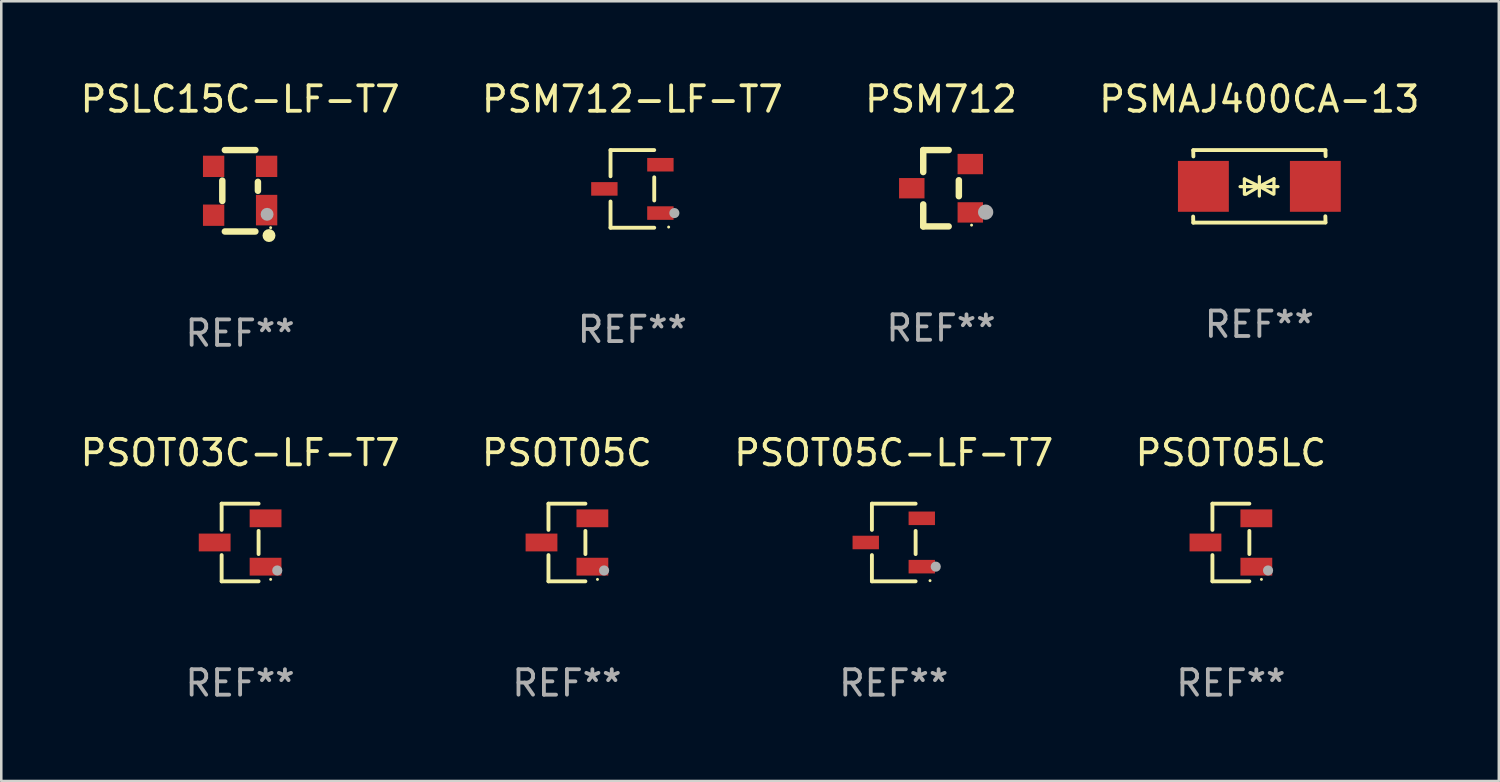
<source format=kicad_pcb>
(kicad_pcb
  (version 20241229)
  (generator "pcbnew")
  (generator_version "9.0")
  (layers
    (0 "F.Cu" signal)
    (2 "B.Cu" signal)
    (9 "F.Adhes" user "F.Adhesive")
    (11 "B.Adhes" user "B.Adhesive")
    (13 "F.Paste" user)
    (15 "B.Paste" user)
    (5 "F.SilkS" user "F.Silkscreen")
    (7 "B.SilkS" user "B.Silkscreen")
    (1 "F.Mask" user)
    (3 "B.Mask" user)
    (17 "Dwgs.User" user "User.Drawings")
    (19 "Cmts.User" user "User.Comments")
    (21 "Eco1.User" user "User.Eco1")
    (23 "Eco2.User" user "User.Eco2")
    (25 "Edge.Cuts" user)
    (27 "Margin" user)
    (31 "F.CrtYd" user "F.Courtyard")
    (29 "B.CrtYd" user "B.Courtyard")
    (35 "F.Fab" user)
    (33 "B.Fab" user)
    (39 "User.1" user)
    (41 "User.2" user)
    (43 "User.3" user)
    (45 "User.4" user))
  (footprint "PSMAJ400CA-13"
    (layer "F.Cu")
    (at 46.446 4.274)
    (property "Reference" "PSMAJ400CA-13" (at 0 -3.426 0) (layer "F.SilkS") (effects (font (size 1 1) (thickness 0.15))))
    (attr through_hole)
    (fp_line (start -2.596 -1.426) (end 2.596 -1.426) (stroke (width 0.152) (type solid)) (layer "F.SilkS"))
    (fp_line (start -2.596 1.426) (end -2.603 1.187) (stroke (width 0.152) (type solid)) (layer "F.SilkS"))
    (fp_line (start -2.596 1.426) (end 2.596 1.426) (stroke (width 0.152) (type solid)) (layer "F.SilkS"))
    (fp_line (start -2.593 -1.176) (end -2.6 -1.415) (stroke (width 0.152) (type solid)) (layer "F.SilkS"))
    (fp_line (start -0.758 0.011) (end 0.732 0.011) (stroke (width 0.127) (type solid)) (layer "F.SilkS"))
    (fp_line (start -0.588 -0.289) (end -0.588 0.311) (stroke (width 0.127) (type solid)) (layer "F.SilkS"))
    (fp_line (start -0.588 -0.289) (end 0 0) (stroke (width 0.127) (type solid)) (layer "F.SilkS"))
    (fp_line (start -0.528 0.311) (end 0 0) (stroke (width 0.127) (type solid)) (layer "F.SilkS"))
    (fp_line (start 0 0) (end 0 -0.381) (stroke (width 0.127) (type solid)) (layer "F.SilkS"))
    (fp_line (start 0 0) (end 0 0.381) (stroke (width 0.127) (type solid)) (layer "F.SilkS"))
    (fp_line (start 0.542 0.301) (end 0 0) (stroke (width 0.127) (type solid)) (layer "F.SilkS"))
    (fp_line (start 0.572 -0.299) (end 0 0) (stroke (width 0.127) (type solid)) (layer "F.SilkS"))
    (fp_line (start 0.572 -0.299) (end 0.572 0.301) (stroke (width 0.127) (type solid)) (layer "F.SilkS"))
    (fp_line (start 2.593 1.176) (end 2.6 1.415) (stroke (width 0.152) (type solid)) (layer "F.SilkS"))
    (fp_line (start 2.596 -1.426) (end 2.603 -1.187) (stroke (width 0.152) (type solid)) (layer "F.SilkS"))
    (fp_circle (center -2.605 1.3) (end -2.575 1.3) (stroke (width 0.06) (type solid)) (fill no) (layer "F.SilkS"))
    (fp_text user "REF**" (at 0 5.426 0) (layer "F.Fab") (effects (font (size 1 1) (thickness 0.15))))
    (pad "1" smd rect (at -2.2 0 180) (size 2 2) (layers "F.Cu" "F.Mask" "F.Paste"))
    (pad "2" smd rect (at 2.2 0 180) (size 2 2) (layers "F.Cu" "F.Mask" "F.Paste")))
  (footprint "PSM712-LF-T7"
    (layer "F.Cu")
    (at 21.804 4.374)
    (property "Reference" "PSM712-LF-T7" (at 0 -3.526 0) (layer "F.SilkS") (effects (font (size 1 1) (thickness 0.15))))
    (attr through_hole)
    (fp_line (start -0.859 -1.526) (end -0.859 -0.495) (stroke (width 0.152) (type solid)) (layer "F.SilkS"))
    (fp_line (start -0.859 1.526) (end -0.859 0.495) (stroke (width 0.152) (type solid)) (layer "F.SilkS"))
    (fp_line (start 0.859 -1.526) (end -0.859 -1.526) (stroke (width 0.152) (type solid)) (layer "F.SilkS"))
    (fp_line (start 0.859 -0.455) (end 0.859 0.455) (stroke (width 0.152) (type solid)) (layer "F.SilkS"))
    (fp_line (start 0.859 1.526) (end -0.859 1.526) (stroke (width 0.152) (type solid)) (layer "F.SilkS"))
    (fp_circle (center 1.425 1.5) (end 1.455 1.5) (stroke (width 0.06) (type solid)) (fill no) (layer "F.SilkS"))
    (fp_circle (center 1.65 0.95) (end 1.75 0.95) (stroke (width 0.2) (type solid)) (fill no) (layer "F.Fab"))
    (fp_text user "REF**" (at 0 5.526 0) (layer "F.Fab") (effects (font (size 1 1) (thickness 0.15))))
    (pad "1" smd rect (at 1.101 0.95) (size 1.037 0.532) (layers "F.Cu" "F.Mask" "F.Paste"))
    (pad "2" smd rect (at 1.101 -0.95) (size 1.037 0.532) (layers "F.Cu" "F.Mask" "F.Paste"))
    (pad "3" smd rect (at -1.101 0) (size 1.037 0.532) (layers "F.Cu" "F.Mask" "F.Paste")))
  (footprint "PSOT05C"
    (layer "F.Cu")
    (at 19.232 18.271)
    (property "Reference" "PSOT05C" (at 0 -3.526 0) (layer "F.SilkS") (effects (font (size 1 1) (thickness 0.15))))
    (attr through_hole)
    (fp_line (start -0.726 -1.526) (end -0.726 -0.495) (stroke (width 0.152) (type solid)) (layer "F.SilkS"))
    (fp_line (start -0.726 1.526) (end -0.726 0.495) (stroke (width 0.152) (type solid)) (layer "F.SilkS"))
    (fp_line (start 0.726 -1.526) (end -0.726 -1.526) (stroke (width 0.152) (type solid)) (layer "F.SilkS"))
    (fp_line (start 0.726 -0.455) (end 0.726 0.455) (stroke (width 0.152) (type solid)) (layer "F.SilkS"))
    (fp_line (start 0.726 1.526) (end -0.726 1.526) (stroke (width 0.152) (type solid)) (layer "F.SilkS"))
    (fp_circle (center 1.2 1.45) (end 1.23 1.45) (stroke (width 0.06) (type solid)) (fill no) (layer "F.SilkS"))
    (fp_circle (center 1.46 1.1) (end 1.56 1.1) (stroke (width 0.2) (type solid)) (fill no) (layer "F.Fab"))
    (fp_text user "REF**" (at 0 5.526 0) (layer "F.Fab") (effects (font (size 1 1) (thickness 0.15))))
    (pad "1" smd rect (at 1 0.95) (size 1.25 0.7) (layers "F.Cu" "F.Mask" "F.Paste"))
    (pad "2" smd rect (at 1 -0.95) (size 1.25 0.7) (layers "F.Cu" "F.Mask" "F.Paste"))
    (pad "3" smd rect (at -1 0) (size 1.25 0.7) (layers "F.Cu" "F.Mask" "F.Paste")))
  (footprint "PSOT05LC"
    (layer "F.Cu")
    (at 45.327 18.271)
    (property "Reference" "PSOT05LC" (at 0 -3.526 0) (layer "F.SilkS") (effects (font (size 1 1) (thickness 0.15))))
    (attr through_hole)
    (fp_line (start -0.726 -1.526) (end -0.726 -0.495) (stroke (width 0.152) (type solid)) (layer "F.SilkS"))
    (fp_line (start -0.726 1.526) (end -0.726 0.495) (stroke (width 0.152) (type solid)) (layer "F.SilkS"))
    (fp_line (start 0.726 -1.526) (end -0.726 -1.526) (stroke (width 0.152) (type solid)) (layer "F.SilkS"))
    (fp_line (start 0.726 -0.455) (end 0.726 0.455) (stroke (width 0.152) (type solid)) (layer "F.SilkS"))
    (fp_line (start 0.726 1.526) (end -0.726 1.526) (stroke (width 0.152) (type solid)) (layer "F.SilkS"))
    (fp_circle (center 1.2 1.45) (end 1.23 1.45) (stroke (width 0.06) (type solid)) (fill no) (layer "F.SilkS"))
    (fp_circle (center 1.46 1.1) (end 1.56 1.1) (stroke (width 0.2) (type solid)) (fill no) (layer "F.Fab"))
    (fp_text user "REF**" (at 0 5.526 0) (layer "F.Fab") (effects (font (size 1 1) (thickness 0.15))))
    (pad "1" smd rect (at 1 0.95) (size 1.25 0.7) (layers "F.Cu" "F.Mask" "F.Paste"))
    (pad "2" smd rect (at 1 -0.95) (size 1.25 0.7) (layers "F.Cu" "F.Mask" "F.Paste"))
    (pad "3" smd rect (at -1 0) (size 1.25 0.7) (layers "F.Cu" "F.Mask" "F.Paste")))
  (footprint "PSLC15C-LF-T7"
    (layer "F.Cu")
    (at 6.387 4.448)
    (property "Reference" "PSLC15C-LF-T7" (at 0 -3.6 0) (layer "F.SilkS") (effects (font (size 1 1) (thickness 0.15))))
    (attr through_hole)
    (fp_line (start -0.7 -0.4) (end -0.7 0.4) (stroke (width 0.254) (type solid)) (layer "F.SilkS"))
    (fp_line (start -0.6 -1.6) (end 0.6 -1.6) (stroke (width 0.254) (type solid)) (layer "F.SilkS"))
    (fp_line (start 0.6 1.6) (end -0.6 1.6) (stroke (width 0.254) (type solid)) (layer "F.SilkS"))
    (fp_line (start 0.7 -0.35) (end 0.7 0) (stroke (width 0.254) (type solid)) (layer "F.SilkS"))
    (fp_circle (center 1.135 1.76) (end 1.262 1.76) (stroke (width 0.254) (type solid)) (fill no) (layer "F.SilkS"))
    (fp_circle (center 1.2 1.45) (end 1.23 1.45) (stroke (width 0.06) (type solid)) (fill no) (layer "F.SilkS"))
    (fp_circle (center 1.06 0.925) (end 1.187 0.925) (stroke (width 0.254) (type solid)) (fill no) (layer "F.Fab"))
    (fp_text user "REF**" (at 0 5.6 0) (layer "F.Fab") (effects (font (size 1 1) (thickness 0.15))))
    (pad "1" smd rect (at 1.041 0.76 90) (size 1.2 0.838) (layers "F.Cu" "F.Mask" "F.Paste"))
    (pad "2" smd rect (at 1.041 -0.96 90) (size 0.838 0.838) (layers "F.Cu" "F.Mask" "F.Paste"))
    (pad "3" smd rect (at -1.041 -0.96 90) (size 0.838 0.838) (layers "F.Cu" "F.Mask" "F.Paste"))
    (pad "4" smd rect (at -1.041 0.96 90) (size 0.838 0.838) (layers "F.Cu" "F.Mask" "F.Paste")))
  (footprint "PSOT03C-LF-T7"
    (layer "F.Cu")
    (at 6.387 18.271)
    (property "Reference" "PSOT03C-LF-T7" (at 0 -3.526 0) (layer "F.SilkS") (effects (font (size 1 1) (thickness 0.15))))
    (attr through_hole)
    (fp_line (start -0.726 -1.526) (end -0.726 -0.495) (stroke (width 0.152) (type solid)) (layer "F.SilkS"))
    (fp_line (start -0.726 1.526) (end -0.726 0.495) (stroke (width 0.152) (type solid)) (layer "F.SilkS"))
    (fp_line (start 0.726 -1.526) (end -0.726 -1.526) (stroke (width 0.152) (type solid)) (layer "F.SilkS"))
    (fp_line (start 0.726 -0.455) (end 0.726 0.455) (stroke (width 0.152) (type solid)) (layer "F.SilkS"))
    (fp_line (start 0.726 1.526) (end -0.726 1.526) (stroke (width 0.152) (type solid)) (layer "F.SilkS"))
    (fp_circle (center 1.2 1.45) (end 1.23 1.45) (stroke (width 0.06) (type solid)) (fill no) (layer "F.SilkS"))
    (fp_circle (center 1.46 1.1) (end 1.56 1.1) (stroke (width 0.2) (type solid)) (fill no) (layer "F.Fab"))
    (fp_text user "REF**" (at 0 5.526 0) (layer "F.Fab") (effects (font (size 1 1) (thickness 0.15))))
    (pad "1" smd rect (at 1 0.95) (size 1.25 0.7) (layers "F.Cu" "F.Mask" "F.Paste"))
    (pad "2" smd rect (at 1 -0.95) (size 1.25 0.7) (layers "F.Cu" "F.Mask" "F.Paste"))
    (pad "3" smd rect (at -1 0) (size 1.25 0.7) (layers "F.Cu" "F.Mask" "F.Paste")))
  (footprint "PSOT05C-LF-T7"
    (layer "F.Cu")
    (at 32.077 18.271)
    (property "Reference" "PSOT05C-LF-T7" (at 0 -3.526 0) (layer "F.SilkS") (effects (font (size 1 1) (thickness 0.15))))
    (attr through_hole)
    (fp_line (start -0.859 -1.526) (end -0.859 -0.495) (stroke (width 0.152) (type solid)) (layer "F.SilkS"))
    (fp_line (start -0.859 1.526) (end -0.859 0.495) (stroke (width 0.152) (type solid)) (layer "F.SilkS"))
    (fp_line (start 0.859 -1.526) (end -0.859 -1.526) (stroke (width 0.152) (type solid)) (layer "F.SilkS"))
    (fp_line (start 0.859 -0.455) (end 0.859 0.455) (stroke (width 0.152) (type solid)) (layer "F.SilkS"))
    (fp_line (start 0.859 1.526) (end -0.859 1.526) (stroke (width 0.152) (type solid)) (layer "F.SilkS"))
    (fp_circle (center 1.425 1.5) (end 1.455 1.5) (stroke (width 0.06) (type solid)) (fill no) (layer "F.SilkS"))
    (fp_circle (center 1.65 0.95) (end 1.75 0.95) (stroke (width 0.2) (type solid)) (fill no) (layer "F.Fab"))
    (fp_text user "REF**" (at 0 5.526 0) (layer "F.Fab") (effects (font (size 1 1) (thickness 0.15))))
    (pad "1" smd rect (at 1.101 0.95) (size 1.037 0.532) (layers "F.Cu" "F.Mask" "F.Paste"))
    (pad "2" smd rect (at 1.101 -0.95) (size 1.037 0.532) (layers "F.Cu" "F.Mask" "F.Paste"))
    (pad "3" smd rect (at -1.101 0) (size 1.037 0.532) (layers "F.Cu" "F.Mask" "F.Paste")))
  (footprint "PSM712"
    (layer "F.Cu")
    (at 33.935 4.348)
    (property "Reference" "PSM712" (at 0 -3.5 0) (layer "F.SilkS") (effects (font (size 1 1) (thickness 0.15))))
    (attr through_hole)
    (fp_line (start -0.7 -1.5) (end 0.3 -1.5) (stroke (width 0.254) (type solid)) (layer "F.SilkS"))
    (fp_line (start -0.7 -0.636) (end -0.7 -1.5) (stroke (width 0.254) (type solid)) (layer "F.SilkS"))
    (fp_line (start -0.7 1.5) (end -0.7 0.636) (stroke (width 0.254) (type solid)) (layer "F.SilkS"))
    (fp_line (start -0.7 1.5) (end 0.3 1.5) (stroke (width 0.254) (type solid)) (layer "F.SilkS"))
    (fp_line (start 0.7 0.314) (end 0.7 -0.314) (stroke (width 0.254) (type solid)) (layer "F.SilkS"))
    (fp_circle (center 1.2 1.45) (end 1.23 1.45) (stroke (width 0.06) (type solid)) (fill no) (layer "F.SilkS"))
    (fp_circle (center 1.753 0.94) (end 1.903 0.94) (stroke (width 0.3) (type solid)) (fill no) (layer "F.Fab"))
    (fp_text user "REF**" (at 0 5.5 0) (layer "F.Fab") (effects (font (size 1 1) (thickness 0.15))))
    (pad "1" smd rect (at 1.15 0.95 180) (size 1 0.8) (layers "F.Cu" "F.Mask" "F.Paste"))
    (pad "2" smd rect (at 1.15 -0.95 180) (size 1 0.8) (layers "F.Cu" "F.Mask" "F.Paste"))
    (pad "3" smd rect (at -1.15 -0.000051 180) (size 1 0.8) (layers "F.Cu" "F.Mask" "F.Paste")))
  (gr_rect
    (start -3 -3)
    (end 55.857 27.645)
    (stroke (width 0.1) (type default))
    (fill no)
    (layer "Edge.Cuts")))
</source>
